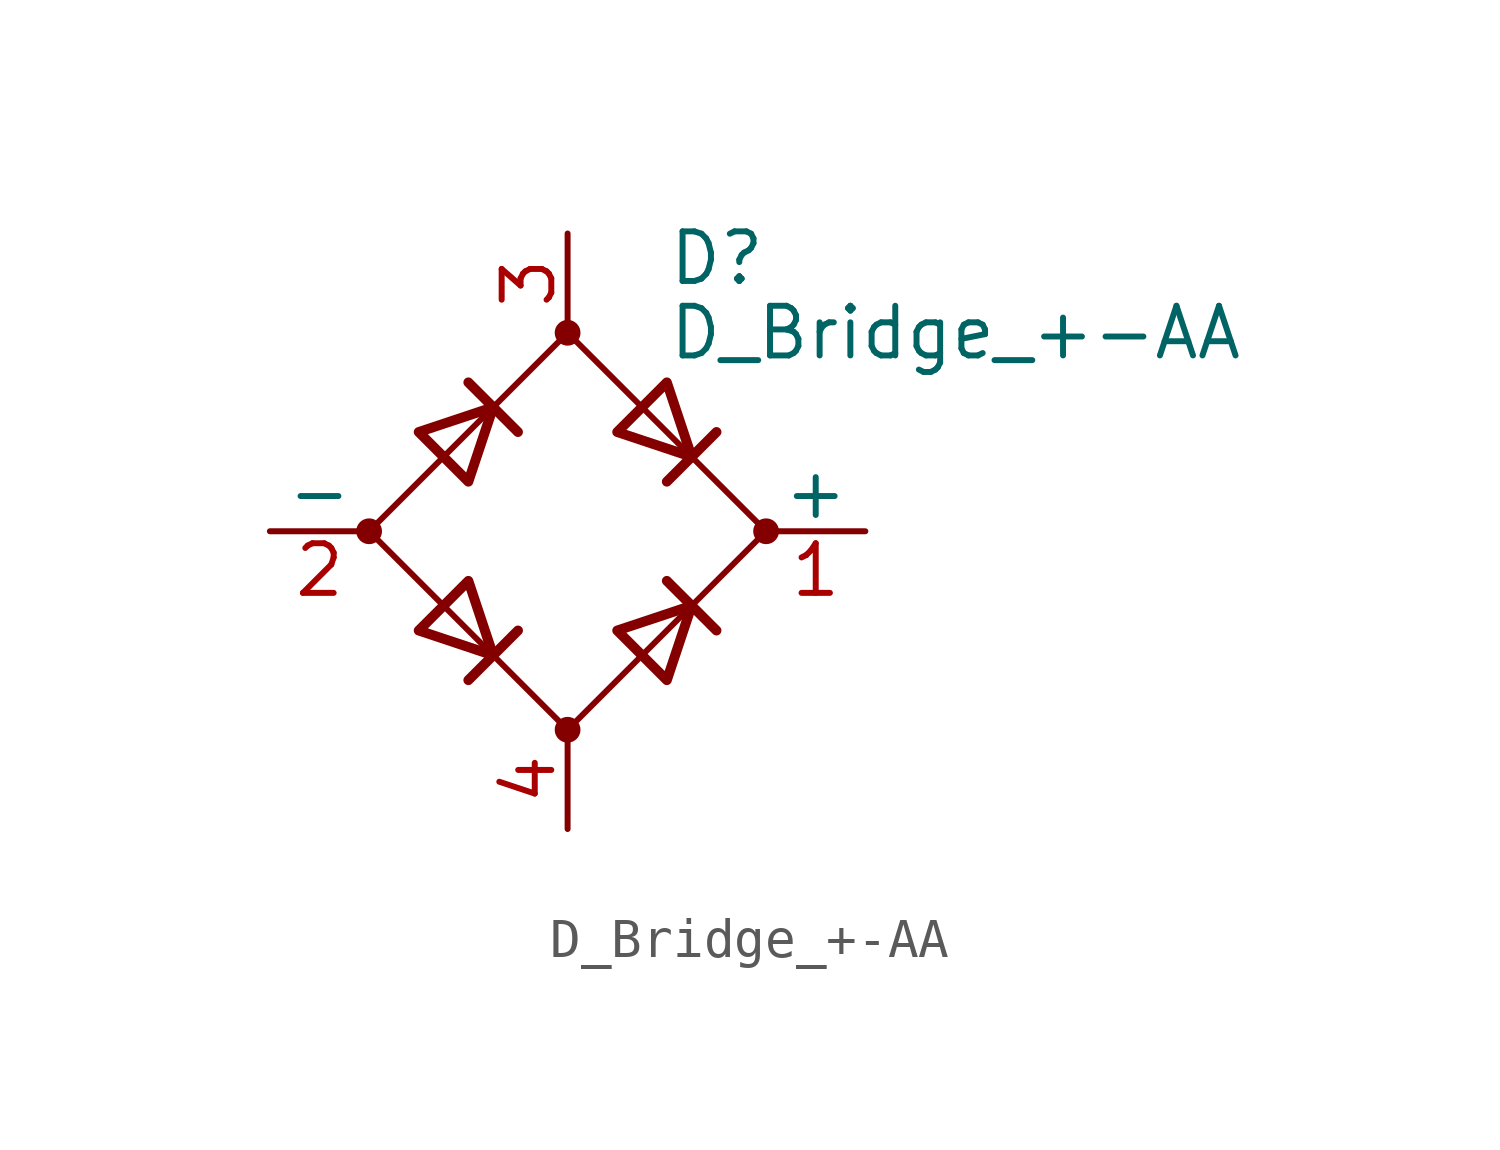
<source format=kicad_sym>
(kicad_symbol_lib
  (version 20211014)
  (generator kicad_symbol_editor)
  (symbol "D_Bridge_+-AA"
    (pin_names
      (offset 0))
    (property "Reference" "D"
      (at 2.54 6.985 0)
      (effects (font (size 1.27 1.27)) (justify left)))
    (property "Value" "D_Bridge_+-AA"
      (at 2.54 5.08 0)
      (effects (font (size 1.27 1.27)) (justify left)))
    (symbol "D_Bridge_+-AA_0_1"
      (circle (center -5.08 0) (radius 0.254) (stroke (width 0) (type default) (color 0 0 0 0)) (fill (type outline)))
      (circle (center 0 -5.08) (radius 0.254) (stroke (width 0) (type default) (color 0 0 0 0)) (fill (type outline)))
      (polyline (pts (xy -2.54 3.81) (xy -1.27 2.54)) (stroke (width 0.254) (type default) (color 0 0 0 0)) (fill (type none)))
      (polyline (pts (xy -1.27 -2.54) (xy -2.54 -3.81)) (stroke (width 0.254) (type default) (color 0 0 0 0)) (fill (type none)))
      (polyline (pts (xy 2.54 -1.27) (xy 3.81 -2.54)) (stroke (width 0.254) (type default) (color 0 0 0 0)) (fill (type none)))
      (polyline (pts (xy 2.54 1.27) (xy 3.81 2.54)) (stroke (width 0.254) (type default) (color 0 0 0 0)) (fill (type none)))
      (polyline (pts (xy -3.81 2.54) (xy -2.54 1.27) (xy -1.905 3.175) (xy -3.81 2.54)) (stroke (width 0.254) (type default) (color 0 0 0 0)) (fill (type none)))
      (polyline (pts (xy -2.54 -1.27) (xy -3.81 -2.54) (xy -1.905 -3.175) (xy -2.54 -1.27)) (stroke (width 0.254) (type default) (color 0 0 0 0)) (fill (type none)))
      (polyline (pts (xy 1.27 2.54) (xy 2.54 3.81) (xy 3.175 1.905) (xy 1.27 2.54)) (stroke (width 0.254) (type default) (color 0 0 0 0)) (fill (type none)))
      (polyline (pts (xy 3.175 -1.905) (xy 1.27 -2.54) (xy 2.54 -3.81) (xy 3.175 -1.905)) (stroke (width 0.254) (type default) (color 0 0 0 0)) (fill (type none)))
      (polyline (pts (xy -5.08 0) (xy 0 -5.08) (xy 5.08 0) (xy 0 5.08) (xy -5.08 0)) (stroke (width 0) (type default) (color 0 0 0 0)) (fill (type none)))
      (circle (center 0 5.08) (radius 0.254) (stroke (width 0) (type default) (color 0 0 0 0)) (fill (type outline)))
      (circle (center 5.08 0) (radius 0.254) (stroke (width 0) (type default) (color 0 0 0 0)) (fill (type outline))))
    (symbol "D_Bridge_+-AA_1_1"
      (pin passive line (at 7.62 0 180) (length 2.54) (name "+" (effects (font (size 1.27 1.27)))) (number "1" (effects (font (size 1.27 1.27)))))
      (pin passive line (at -7.62 0 0) (length 2.54) (name "-" (effects (font (size 1.27 1.27)))) (number "2" (effects (font (size 1.27 1.27)))))
      (pin passive line (at 0 7.62 270) (length 2.54) (name "~" (effects (font (size 1.27 1.27)))) (number "3" (effects (font (size 1.27 1.27)))))
      (pin passive line (at 0 -7.62 90) (length 2.54) (name "~" (effects (font (size 1.27 1.27)))) (number "4" (effects (font (size 1.27 1.27))))))))
</source>
